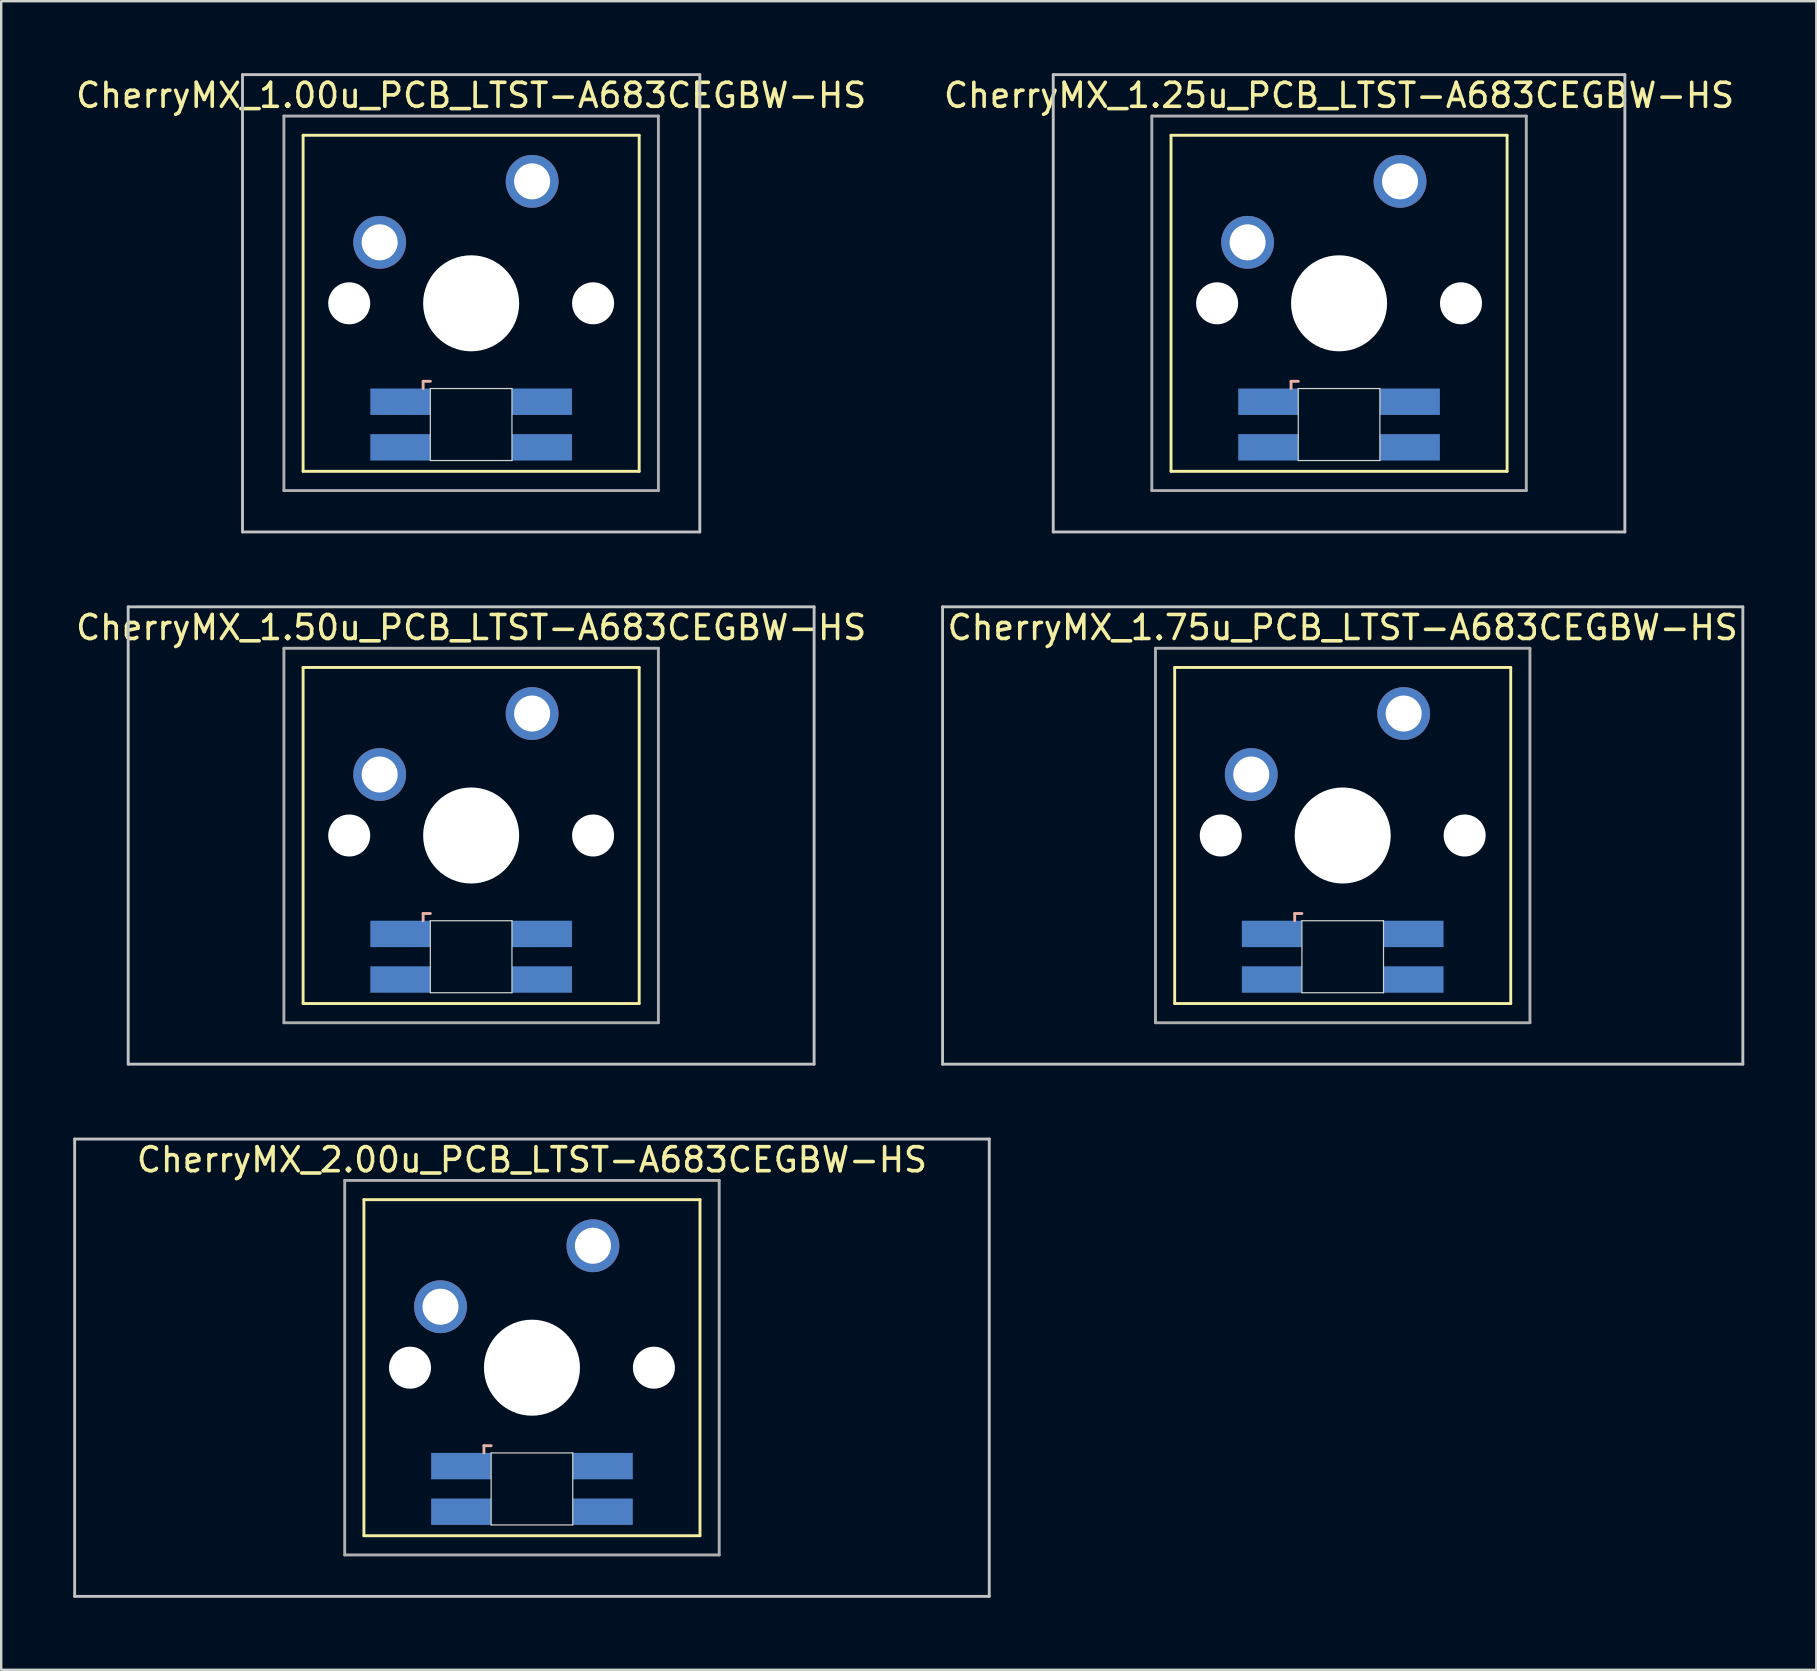
<source format=kicad_pcb>
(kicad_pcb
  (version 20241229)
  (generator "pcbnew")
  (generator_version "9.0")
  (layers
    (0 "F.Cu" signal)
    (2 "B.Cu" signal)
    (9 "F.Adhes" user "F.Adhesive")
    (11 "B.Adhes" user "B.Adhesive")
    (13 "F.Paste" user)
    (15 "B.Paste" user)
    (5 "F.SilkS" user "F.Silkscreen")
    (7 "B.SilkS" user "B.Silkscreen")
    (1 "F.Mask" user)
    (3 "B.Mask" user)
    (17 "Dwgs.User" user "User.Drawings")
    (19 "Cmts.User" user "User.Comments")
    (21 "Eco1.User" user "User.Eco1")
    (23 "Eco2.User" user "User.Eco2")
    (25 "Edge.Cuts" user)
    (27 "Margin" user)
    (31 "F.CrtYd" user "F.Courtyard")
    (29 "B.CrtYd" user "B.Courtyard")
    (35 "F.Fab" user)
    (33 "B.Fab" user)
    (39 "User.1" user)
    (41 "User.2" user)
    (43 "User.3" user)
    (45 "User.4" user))
  (footprint "CherryMX_2.00u_PCB_LTST-A683CEGBW-HS"
    (layer "F.Cu")
    (at 19.11 53.925)
    (property "Reference" "CherryMX_2.00u_PCB_LTST-A683CEGBW-HS" (at 0 -8.662 0) (layer "F.SilkS") (effects (font (size 1 1) (thickness 0.15))))
    (attr through_hole)
    (fp_line (start -7 -7) (end -7 7) (stroke (width 0.12) (type solid)) (layer "F.SilkS"))
    (fp_line (start -7 -7) (end 7 -7) (stroke (width 0.12) (type solid)) (layer "F.SilkS"))
    (fp_line (start 7 -7) (end 7 7) (stroke (width 0.12) (type solid)) (layer "F.SilkS"))
    (fp_line (start 7 7) (end -7 7) (stroke (width 0.12) (type solid)) (layer "F.SilkS"))
    (fp_line (start -2 3.25) (end -2 3.55) (stroke (width 0.12) (type solid)) (layer "B.SilkS"))
    (fp_line (start -1.7 3.25) (end -2 3.25) (stroke (width 0.12) (type solid)) (layer "B.SilkS"))
    (fp_line (start -19.05 -9.525) (end 19.05 -9.525) (stroke (width 0.12) (type solid)) (layer "Dwgs.User"))
    (fp_line (start -19.05 9.525) (end -19.05 -9.525) (stroke (width 0.12) (type solid)) (layer "Dwgs.User"))
    (fp_line (start 19.05 -9.525) (end 19.05 9.525) (stroke (width 0.12) (type solid)) (layer "Dwgs.User"))
    (fp_line (start 19.05 9.525) (end -19.05 9.525) (stroke (width 0.12) (type solid)) (layer "Dwgs.User"))
    (fp_line (start -1.7 3.55) (end 1.7 3.55) (stroke (width 0.05) (type solid)) (layer "Edge.Cuts"))
    (fp_line (start -1.7 6.55) (end -1.7 3.55) (stroke (width 0.05) (type solid)) (layer "Edge.Cuts"))
    (fp_line (start 1.7 3.55) (end 1.7 6.55) (stroke (width 0.05) (type solid)) (layer "Edge.Cuts"))
    (fp_line (start 1.7 6.55) (end -1.7 6.55) (stroke (width 0.05) (type solid)) (layer "Edge.Cuts"))
    (fp_line (start -7.8 -7.8) (end -7.8 7.8) (stroke (width 0.12) (type solid)) (layer "F.Fab"))
    (fp_line (start -7.8 -7.8) (end 7.8 -7.8) (stroke (width 0.12) (type solid)) (layer "F.Fab"))
    (fp_line (start -7.8 7.8) (end 7.8 7.8) (stroke (width 0.12) (type solid)) (layer "F.Fab"))
    (fp_line (start 7.8 -7.8) (end 7.8 7.8) (stroke (width 0.12) (type solid)) (layer "F.Fab"))
    (pad "" np_thru_hole circle (at -5.08 0) (size 1.75 1.75) (drill 1.75) (layers "*.Cu" "*.Mask"))
    (pad "" np_thru_hole circle (at 0 0) (size 4 4) (drill 4) (layers "*.Cu" "*.Mask"))
    (pad "" np_thru_hole circle (at 5.08 0) (size 1.75 1.75) (drill 1.75) (layers "*.Cu" "*.Mask"))
    (pad "1" thru_hole circle (at -3.81 -2.54) (size 2.2 2.2) (drill 1.5) (layers "*.Cu" "*.Mask"))
    (pad "2" thru_hole circle (at 2.54 -5.08) (size 2.2 2.2) (drill 1.5) (layers "*.Cu" "*.Mask"))
    (pad "3" smd rect (at -2.95 4.1) (size 2.5 1.1) (layers "B.Cu" "B.Mask" "B.Paste"))
    (pad "4" smd rect (at -2.95 6) (size 2.5 1.1) (layers "B.Cu" "B.Mask" "B.Paste"))
    (pad "5" smd rect (at 2.95 4.1) (size 2.5 1.1) (layers "B.Cu" "B.Mask" "B.Paste"))
    (pad "6" smd rect (at 2.95 6) (size 2.5 1.1) (layers "B.Cu" "B.Mask" "B.Paste")))
  (footprint "CherryMX_1.75u_PCB_LTST-A683CEGBW-HS"
    (layer "F.Cu")
    (at 52.884 31.755)
    (property "Reference" "CherryMX_1.75u_PCB_LTST-A683CEGBW-HS" (at 0 -8.662 0) (layer "F.SilkS") (effects (font (size 1 1) (thickness 0.15))))
    (attr through_hole)
    (fp_line (start -7 -7) (end -7 7) (stroke (width 0.12) (type solid)) (layer "F.SilkS"))
    (fp_line (start -7 -7) (end 7 -7) (stroke (width 0.12) (type solid)) (layer "F.SilkS"))
    (fp_line (start 7 -7) (end 7 7) (stroke (width 0.12) (type solid)) (layer "F.SilkS"))
    (fp_line (start 7 7) (end -7 7) (stroke (width 0.12) (type solid)) (layer "F.SilkS"))
    (fp_line (start -2 3.25) (end -2 3.55) (stroke (width 0.12) (type solid)) (layer "B.SilkS"))
    (fp_line (start -1.7 3.25) (end -2 3.25) (stroke (width 0.12) (type solid)) (layer "B.SilkS"))
    (fp_line (start -16.669 -9.525) (end 16.669 -9.525) (stroke (width 0.12) (type solid)) (layer "Dwgs.User"))
    (fp_line (start -16.669 9.525) (end -16.669 -9.525) (stroke (width 0.12) (type solid)) (layer "Dwgs.User"))
    (fp_line (start 16.669 -9.525) (end 16.669 9.525) (stroke (width 0.12) (type solid)) (layer "Dwgs.User"))
    (fp_line (start 16.669 9.525) (end -16.669 9.525) (stroke (width 0.12) (type solid)) (layer "Dwgs.User"))
    (fp_line (start -1.7 3.55) (end 1.7 3.55) (stroke (width 0.05) (type solid)) (layer "Edge.Cuts"))
    (fp_line (start -1.7 6.55) (end -1.7 3.55) (stroke (width 0.05) (type solid)) (layer "Edge.Cuts"))
    (fp_line (start 1.7 3.55) (end 1.7 6.55) (stroke (width 0.05) (type solid)) (layer "Edge.Cuts"))
    (fp_line (start 1.7 6.55) (end -1.7 6.55) (stroke (width 0.05) (type solid)) (layer "Edge.Cuts"))
    (fp_line (start -7.8 -7.8) (end -7.8 7.8) (stroke (width 0.12) (type solid)) (layer "F.Fab"))
    (fp_line (start -7.8 -7.8) (end 7.8 -7.8) (stroke (width 0.12) (type solid)) (layer "F.Fab"))
    (fp_line (start -7.8 7.8) (end 7.8 7.8) (stroke (width 0.12) (type solid)) (layer "F.Fab"))
    (fp_line (start 7.8 -7.8) (end 7.8 7.8) (stroke (width 0.12) (type solid)) (layer "F.Fab"))
    (pad "" np_thru_hole circle (at -5.08 0) (size 1.75 1.75) (drill 1.75) (layers "*.Cu" "*.Mask"))
    (pad "" np_thru_hole circle (at 0 0) (size 4 4) (drill 4) (layers "*.Cu" "*.Mask"))
    (pad "" np_thru_hole circle (at 5.08 0) (size 1.75 1.75) (drill 1.75) (layers "*.Cu" "*.Mask"))
    (pad "1" thru_hole circle (at -3.81 -2.54) (size 2.2 2.2) (drill 1.5) (layers "*.Cu" "*.Mask"))
    (pad "2" thru_hole circle (at 2.54 -5.08) (size 2.2 2.2) (drill 1.5) (layers "*.Cu" "*.Mask"))
    (pad "3" smd rect (at -2.95 4.1) (size 2.5 1.1) (layers "B.Cu" "B.Mask" "B.Paste"))
    (pad "4" smd rect (at -2.95 6) (size 2.5 1.1) (layers "B.Cu" "B.Mask" "B.Paste"))
    (pad "5" smd rect (at 2.95 4.1) (size 2.5 1.1) (layers "B.Cu" "B.Mask" "B.Paste"))
    (pad "6" smd rect (at 2.95 6) (size 2.5 1.1) (layers "B.Cu" "B.Mask" "B.Paste")))
  (footprint "CherryMX_1.50u_PCB_LTST-A683CEGBW-HS"
    (layer "F.Cu")
    (at 16.577 31.755)
    (property "Reference" "CherryMX_1.50u_PCB_LTST-A683CEGBW-HS" (at 0 -8.662 0) (layer "F.SilkS") (effects (font (size 1 1) (thickness 0.15))))
    (attr through_hole)
    (fp_line (start -7 -7) (end -7 7) (stroke (width 0.12) (type solid)) (layer "F.SilkS"))
    (fp_line (start -7 -7) (end 7 -7) (stroke (width 0.12) (type solid)) (layer "F.SilkS"))
    (fp_line (start 7 -7) (end 7 7) (stroke (width 0.12) (type solid)) (layer "F.SilkS"))
    (fp_line (start 7 7) (end -7 7) (stroke (width 0.12) (type solid)) (layer "F.SilkS"))
    (fp_line (start -2 3.25) (end -2 3.55) (stroke (width 0.12) (type solid)) (layer "B.SilkS"))
    (fp_line (start -1.7 3.25) (end -2 3.25) (stroke (width 0.12) (type solid)) (layer "B.SilkS"))
    (fp_line (start -14.287 -9.525) (end 14.287 -9.525) (stroke (width 0.12) (type solid)) (layer "Dwgs.User"))
    (fp_line (start -14.287 9.525) (end -14.287 -9.525) (stroke (width 0.12) (type solid)) (layer "Dwgs.User"))
    (fp_line (start 14.287 -9.525) (end 14.287 9.525) (stroke (width 0.12) (type solid)) (layer "Dwgs.User"))
    (fp_line (start 14.287 9.525) (end -14.287 9.525) (stroke (width 0.12) (type solid)) (layer "Dwgs.User"))
    (fp_line (start -1.7 3.55) (end 1.7 3.55) (stroke (width 0.05) (type solid)) (layer "Edge.Cuts"))
    (fp_line (start -1.7 6.55) (end -1.7 3.55) (stroke (width 0.05) (type solid)) (layer "Edge.Cuts"))
    (fp_line (start 1.7 3.55) (end 1.7 6.55) (stroke (width 0.05) (type solid)) (layer "Edge.Cuts"))
    (fp_line (start 1.7 6.55) (end -1.7 6.55) (stroke (width 0.05) (type solid)) (layer "Edge.Cuts"))
    (fp_line (start -7.8 -7.8) (end -7.8 7.8) (stroke (width 0.12) (type solid)) (layer "F.Fab"))
    (fp_line (start -7.8 -7.8) (end 7.8 -7.8) (stroke (width 0.12) (type solid)) (layer "F.Fab"))
    (fp_line (start -7.8 7.8) (end 7.8 7.8) (stroke (width 0.12) (type solid)) (layer "F.Fab"))
    (fp_line (start 7.8 -7.8) (end 7.8 7.8) (stroke (width 0.12) (type solid)) (layer "F.Fab"))
    (pad "" np_thru_hole circle (at -5.08 0) (size 1.75 1.75) (drill 1.75) (layers "*.Cu" "*.Mask"))
    (pad "" np_thru_hole circle (at 0 0) (size 4 4) (drill 4) (layers "*.Cu" "*.Mask"))
    (pad "" np_thru_hole circle (at 5.08 0) (size 1.75 1.75) (drill 1.75) (layers "*.Cu" "*.Mask"))
    (pad "1" thru_hole circle (at -3.81 -2.54) (size 2.2 2.2) (drill 1.5) (layers "*.Cu" "*.Mask"))
    (pad "2" thru_hole circle (at 2.54 -5.08) (size 2.2 2.2) (drill 1.5) (layers "*.Cu" "*.Mask"))
    (pad "3" smd rect (at -2.95 4.1) (size 2.5 1.1) (layers "B.Cu" "B.Mask" "B.Paste"))
    (pad "4" smd rect (at -2.95 6) (size 2.5 1.1) (layers "B.Cu" "B.Mask" "B.Paste"))
    (pad "5" smd rect (at 2.95 4.1) (size 2.5 1.1) (layers "B.Cu" "B.Mask" "B.Paste"))
    (pad "6" smd rect (at 2.95 6) (size 2.5 1.1) (layers "B.Cu" "B.Mask" "B.Paste")))
  (footprint "CherryMX_1.25u_PCB_LTST-A683CEGBW-HS"
    (layer "F.Cu")
    (at 52.732 9.585)
    (property "Reference" "CherryMX_1.25u_PCB_LTST-A683CEGBW-HS" (at 0 -8.662 0) (layer "F.SilkS") (effects (font (size 1 1) (thickness 0.15))))
    (attr through_hole)
    (fp_line (start -7 -7) (end -7 7) (stroke (width 0.12) (type solid)) (layer "F.SilkS"))
    (fp_line (start -7 -7) (end 7 -7) (stroke (width 0.12) (type solid)) (layer "F.SilkS"))
    (fp_line (start 7 -7) (end 7 7) (stroke (width 0.12) (type solid)) (layer "F.SilkS"))
    (fp_line (start 7 7) (end -7 7) (stroke (width 0.12) (type solid)) (layer "F.SilkS"))
    (fp_line (start -2 3.25) (end -2 3.55) (stroke (width 0.12) (type solid)) (layer "B.SilkS"))
    (fp_line (start -1.7 3.25) (end -2 3.25) (stroke (width 0.12) (type solid)) (layer "B.SilkS"))
    (fp_line (start -11.906 -9.525) (end 11.906 -9.525) (stroke (width 0.12) (type solid)) (layer "Dwgs.User"))
    (fp_line (start -11.906 9.525) (end -11.906 -9.525) (stroke (width 0.12) (type solid)) (layer "Dwgs.User"))
    (fp_line (start 11.906 -9.525) (end 11.906 9.525) (stroke (width 0.12) (type solid)) (layer "Dwgs.User"))
    (fp_line (start 11.906 9.525) (end -11.906 9.525) (stroke (width 0.12) (type solid)) (layer "Dwgs.User"))
    (fp_line (start -1.7 3.55) (end 1.7 3.55) (stroke (width 0.05) (type solid)) (layer "Edge.Cuts"))
    (fp_line (start -1.7 6.55) (end -1.7 3.55) (stroke (width 0.05) (type solid)) (layer "Edge.Cuts"))
    (fp_line (start 1.7 3.55) (end 1.7 6.55) (stroke (width 0.05) (type solid)) (layer "Edge.Cuts"))
    (fp_line (start 1.7 6.55) (end -1.7 6.55) (stroke (width 0.05) (type solid)) (layer "Edge.Cuts"))
    (fp_line (start -7.8 -7.8) (end -7.8 7.8) (stroke (width 0.12) (type solid)) (layer "F.Fab"))
    (fp_line (start -7.8 -7.8) (end 7.8 -7.8) (stroke (width 0.12) (type solid)) (layer "F.Fab"))
    (fp_line (start -7.8 7.8) (end 7.8 7.8) (stroke (width 0.12) (type solid)) (layer "F.Fab"))
    (fp_line (start 7.8 -7.8) (end 7.8 7.8) (stroke (width 0.12) (type solid)) (layer "F.Fab"))
    (pad "" np_thru_hole circle (at -5.08 0) (size 1.75 1.75) (drill 1.75) (layers "*.Cu" "*.Mask"))
    (pad "" np_thru_hole circle (at 0 0) (size 4 4) (drill 4) (layers "*.Cu" "*.Mask"))
    (pad "" np_thru_hole circle (at 5.08 0) (size 1.75 1.75) (drill 1.75) (layers "*.Cu" "*.Mask"))
    (pad "1" thru_hole circle (at -3.81 -2.54) (size 2.2 2.2) (drill 1.5) (layers "*.Cu" "*.Mask"))
    (pad "2" thru_hole circle (at 2.54 -5.08) (size 2.2 2.2) (drill 1.5) (layers "*.Cu" "*.Mask"))
    (pad "3" smd rect (at -2.95 4.1) (size 2.5 1.1) (layers "B.Cu" "B.Mask" "B.Paste"))
    (pad "4" smd rect (at -2.95 6) (size 2.5 1.1) (layers "B.Cu" "B.Mask" "B.Paste"))
    (pad "5" smd rect (at 2.95 4.1) (size 2.5 1.1) (layers "B.Cu" "B.Mask" "B.Paste"))
    (pad "6" smd rect (at 2.95 6) (size 2.5 1.1) (layers "B.Cu" "B.Mask" "B.Paste")))
  (footprint "CherryMX_1.00u_PCB_LTST-A683CEGBW-HS"
    (layer "F.Cu")
    (at 16.577 9.585)
    (property "Reference" "CherryMX_1.00u_PCB_LTST-A683CEGBW-HS" (at 0 -8.662 0) (layer "F.SilkS") (effects (font (size 1 1) (thickness 0.15))))
    (attr through_hole)
    (fp_line (start -7 -7) (end -7 7) (stroke (width 0.12) (type solid)) (layer "F.SilkS"))
    (fp_line (start -7 -7) (end 7 -7) (stroke (width 0.12) (type solid)) (layer "F.SilkS"))
    (fp_line (start 7 -7) (end 7 7) (stroke (width 0.12) (type solid)) (layer "F.SilkS"))
    (fp_line (start 7 7) (end -7 7) (stroke (width 0.12) (type solid)) (layer "F.SilkS"))
    (fp_line (start -2 3.25) (end -2 3.55) (stroke (width 0.12) (type solid)) (layer "B.SilkS"))
    (fp_line (start -1.7 3.25) (end -2 3.25) (stroke (width 0.12) (type solid)) (layer "B.SilkS"))
    (fp_line (start -9.525 -9.525) (end 9.525 -9.525) (stroke (width 0.12) (type solid)) (layer "Dwgs.User"))
    (fp_line (start -9.525 9.525) (end -9.525 -9.525) (stroke (width 0.12) (type solid)) (layer "Dwgs.User"))
    (fp_line (start 9.525 -9.525) (end 9.525 9.525) (stroke (width 0.12) (type solid)) (layer "Dwgs.User"))
    (fp_line (start 9.525 9.525) (end -9.525 9.525) (stroke (width 0.12) (type solid)) (layer "Dwgs.User"))
    (fp_line (start -1.7 3.55) (end 1.7 3.55) (stroke (width 0.05) (type solid)) (layer "Edge.Cuts"))
    (fp_line (start -1.7 6.55) (end -1.7 3.55) (stroke (width 0.05) (type solid)) (layer "Edge.Cuts"))
    (fp_line (start 1.7 3.55) (end 1.7 6.55) (stroke (width 0.05) (type solid)) (layer "Edge.Cuts"))
    (fp_line (start 1.7 6.55) (end -1.7 6.55) (stroke (width 0.05) (type solid)) (layer "Edge.Cuts"))
    (fp_line (start -7.8 -7.8) (end -7.8 7.8) (stroke (width 0.12) (type solid)) (layer "F.Fab"))
    (fp_line (start -7.8 -7.8) (end 7.8 -7.8) (stroke (width 0.12) (type solid)) (layer "F.Fab"))
    (fp_line (start -7.8 7.8) (end 7.8 7.8) (stroke (width 0.12) (type solid)) (layer "F.Fab"))
    (fp_line (start 7.8 -7.8) (end 7.8 7.8) (stroke (width 0.12) (type solid)) (layer "F.Fab"))
    (pad "" np_thru_hole circle (at -5.08 0) (size 1.75 1.75) (drill 1.75) (layers "*.Cu" "*.Mask"))
    (pad "" np_thru_hole circle (at 0 0) (size 4 4) (drill 4) (layers "*.Cu" "*.Mask"))
    (pad "" np_thru_hole circle (at 5.08 0) (size 1.75 1.75) (drill 1.75) (layers "*.Cu" "*.Mask"))
    (pad "1" thru_hole circle (at -3.81 -2.54) (size 2.2 2.2) (drill 1.5) (layers "*.Cu" "*.Mask"))
    (pad "2" thru_hole circle (at 2.54 -5.08) (size 2.2 2.2) (drill 1.5) (layers "*.Cu" "*.Mask"))
    (pad "3" smd rect (at -2.95 4.1) (size 2.5 1.1) (layers "B.Cu" "B.Mask" "B.Paste"))
    (pad "4" smd rect (at -2.95 6) (size 2.5 1.1) (layers "B.Cu" "B.Mask" "B.Paste"))
    (pad "5" smd rect (at 2.95 4.1) (size 2.5 1.1) (layers "B.Cu" "B.Mask" "B.Paste"))
    (pad "6" smd rect (at 2.95 6) (size 2.5 1.1) (layers "B.Cu" "B.Mask" "B.Paste")))
  (gr_rect
    (start -3 -3)
    (end 72.612 66.51)
    (stroke (width 0.1) (type default))
    (fill no)
    (layer "Edge.Cuts")))
</source>
